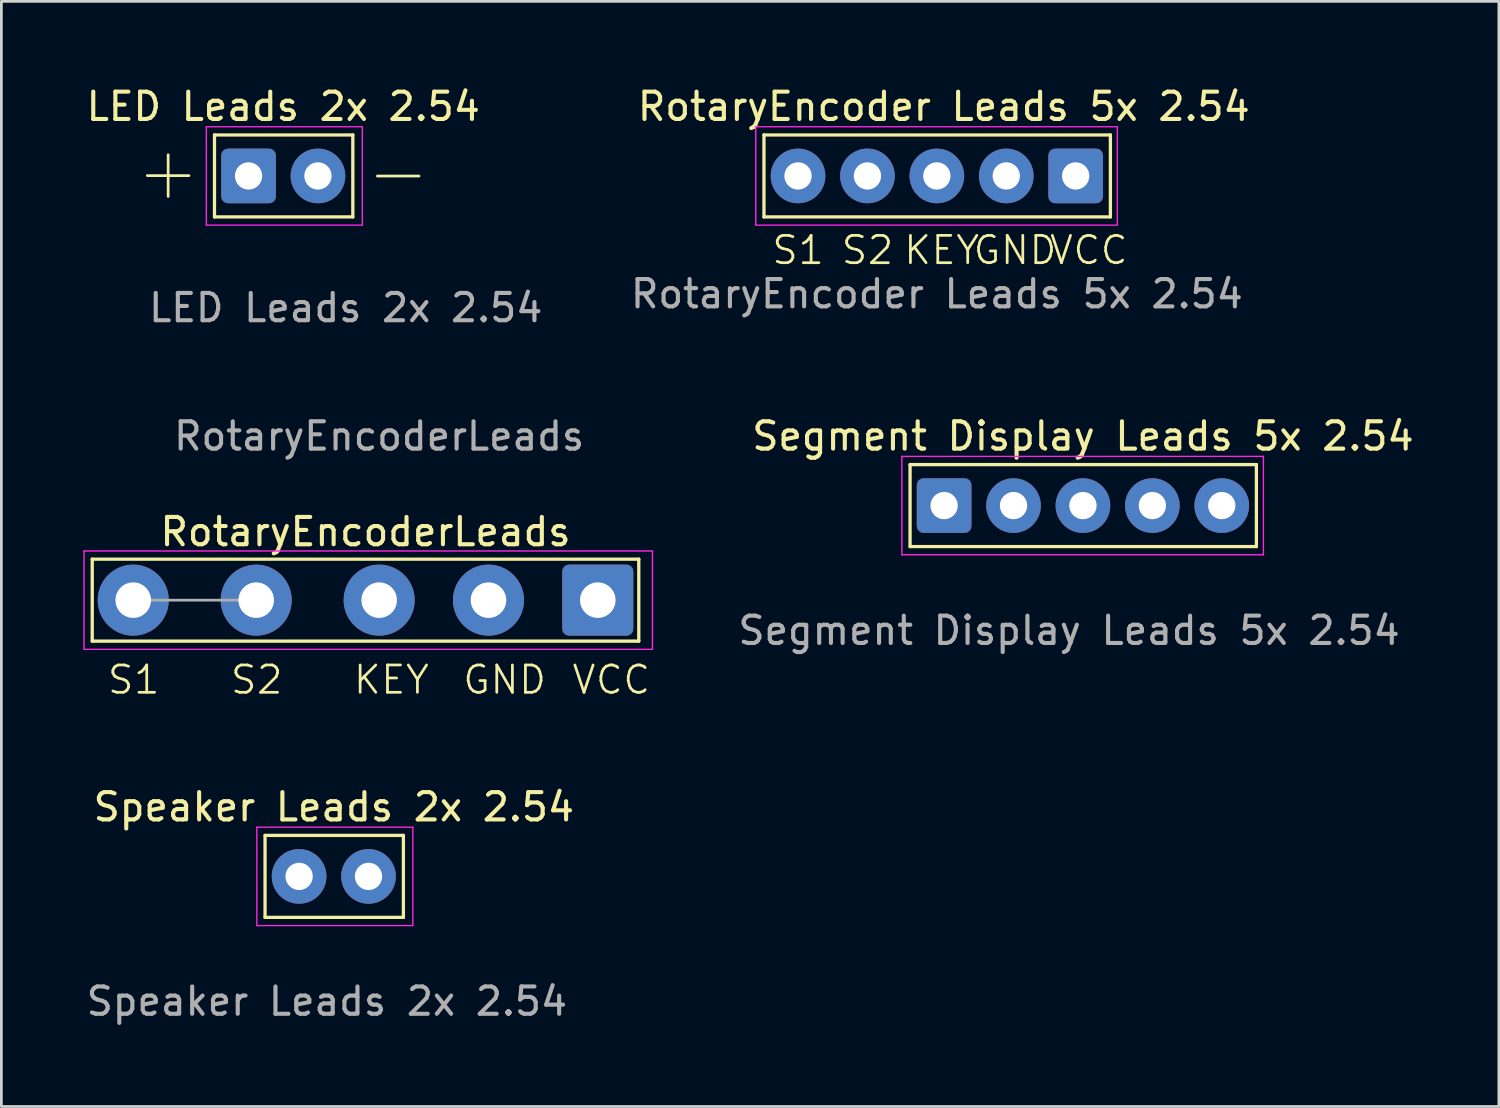
<source format=kicad_pcb>
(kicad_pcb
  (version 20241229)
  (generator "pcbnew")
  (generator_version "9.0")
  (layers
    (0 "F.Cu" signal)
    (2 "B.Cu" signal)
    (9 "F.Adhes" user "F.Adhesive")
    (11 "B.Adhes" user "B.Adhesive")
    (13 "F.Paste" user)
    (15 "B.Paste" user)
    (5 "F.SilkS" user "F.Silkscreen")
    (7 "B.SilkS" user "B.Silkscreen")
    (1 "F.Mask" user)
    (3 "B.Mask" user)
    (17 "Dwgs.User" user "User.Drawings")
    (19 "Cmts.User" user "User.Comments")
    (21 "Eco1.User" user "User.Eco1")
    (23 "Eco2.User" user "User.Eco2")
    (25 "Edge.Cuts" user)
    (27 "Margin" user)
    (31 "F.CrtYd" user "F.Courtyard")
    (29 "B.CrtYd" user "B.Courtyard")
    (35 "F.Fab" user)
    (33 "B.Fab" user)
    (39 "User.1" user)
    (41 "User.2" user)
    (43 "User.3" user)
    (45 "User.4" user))
  (footprint "RotaryEncoderLeads"
    (layer "F.Cu")
    (at 1.825 18.911)
    (property "Reference" "RotaryEncoderLeads" (at 8.5 -2.5 0) (layer "F.SilkS") (effects (font (size 1 1) (thickness 0.15))))
    (attr exclude_from_pos_files exclude_from_bom)
    (fp_line (start -1.5 -1.5) (end -1.5 1.5) (stroke (width 0.12) (type solid)) (layer "F.SilkS"))
    (fp_line (start -1.5 -1.5) (end 18.5 -1.5) (stroke (width 0.12) (type solid)) (layer "F.SilkS"))
    (fp_line (start 18.5 1.5) (end -1.5 1.5) (stroke (width 0.12) (type solid)) (layer "F.SilkS"))
    (fp_line (start 18.5 1.5) (end 18.5 -1.5) (stroke (width 0.12) (type solid)) (layer "F.SilkS"))
    (fp_line (start -1.8 -1.8) (end -1.8 1.8) (stroke (width 0.05) (type solid)) (layer "F.CrtYd"))
    (fp_line (start -1.8 -1.8) (end 19 -1.8) (stroke (width 0.05) (type solid)) (layer "F.CrtYd"))
    (fp_line (start 19 1.8) (end -1.8 1.8) (stroke (width 0.05) (type solid)) (layer "F.CrtYd"))
    (fp_line (start 19 1.8) (end 19 -1.8) (stroke (width 0.05) (type solid)) (layer "F.CrtYd"))
    (fp_line (start 5.08 0) (end 0 0) (stroke (width 0.1) (type solid)) (layer "F.Fab"))
    (fp_text user "VCC" (at 16 3.5 0) (unlocked yes) (layer "F.SilkS") (effects (font (size 1 1) (thickness 0.1)) (justify left bottom)))
    (fp_text user "GND" (at 12 3.5 0) (unlocked yes) (layer "F.SilkS") (effects (font (size 1 1) (thickness 0.1)) (justify left bottom)))
    (fp_text user "S2" (at 3.5 3.5 0) (unlocked yes) (layer "F.SilkS") (effects (font (size 1 1) (thickness 0.1)) (justify left bottom)))
    (fp_text user "S1" (at -1 3.5 0) (unlocked yes) (layer "F.SilkS") (effects (font (size 1 1) (thickness 0.1)) (justify left bottom)))
    (fp_text user "KEY" (at 8 3.5 0) (unlocked yes) (layer "F.SilkS") (effects (font (size 1 1) (thickness 0.1)) (justify left bottom)))
    (fp_text user "${REFERENCE}" (at 9 -6 0) (layer "F.Fab") (effects (font (size 1 1) (thickness 0.15))))
    (pad "1" thru_hole circle (at 0 0) (size 2.6 2.6) (drill 1.3) (layers "*.Cu" "*.Mask"))
    (pad "2" thru_hole circle (at 4.5 0) (size 2.6 2.6) (drill 1.3) (layers "*.Cu" "*.Mask"))
    (pad "3" thru_hole circle (at 9 0) (size 2.6 2.6) (drill 1.3) (layers "*.Cu" "*.Mask"))
    (pad "4" thru_hole circle (at 13 0) (size 2.6 2.6) (drill 1.3) (layers "*.Cu" "*.Mask"))
    (pad "5" thru_hole roundrect (at 17 0) (size 2.6 2.6) (drill 1.3) (layers "*.Cu" "*.Mask") (roundrect_rratio 0.096)))
  (footprint "Segment Display Leads 5x 2.54"
    (layer "F.Cu")
    (at 31.752 15.451)
    (property "Reference" "Segment Display Leads 5x 2.54" (at 4.826 -2.54 0) (layer "F.SilkS") (effects (font (size 1 1) (thickness 0.15))))
    (attr exclude_from_pos_files)
    (fp_line (start -1.5 -1.5) (end -1.5 1.5) (stroke (width 0.12) (type solid)) (layer "F.SilkS"))
    (fp_line (start -1.5 -1.5) (end 11.173 -1.5) (stroke (width 0.12) (type solid)) (layer "F.SilkS"))
    (fp_line (start 11.173 1.5) (end -1.5 1.5) (stroke (width 0.12) (type solid)) (layer "F.SilkS"))
    (fp_line (start 11.173 1.5) (end 11.173 -1.5) (stroke (width 0.12) (type solid)) (layer "F.SilkS"))
    (fp_line (start -1.8 -1.8) (end -1.8 1.8) (stroke (width 0.05) (type solid)) (layer "F.CrtYd"))
    (fp_line (start -1.8 -1.8) (end 11.43 -1.8) (stroke (width 0.05) (type solid)) (layer "F.CrtYd"))
    (fp_line (start 11.43 1.8) (end -1.8 1.8) (stroke (width 0.05) (type solid)) (layer "F.CrtYd"))
    (fp_line (start 11.43 1.8) (end 11.43 -1.8) (stroke (width 0.05) (type solid)) (layer "F.CrtYd"))
    (fp_text user "${REFERENCE}" (at 4.318 4.572 0) (layer "F.Fab") (effects (font (size 1 1) (thickness 0.15))))
    (pad "1" thru_hole roundrect (at -0.254 0) (size 2 2) (drill 1) (layers "*.Cu" "*.Mask") (roundrect_rratio 0.125))
    (pad "2" thru_hole circle (at 2.286 0) (size 2 2) (drill 1) (layers "*.Cu" "*.Mask"))
    (pad "3" thru_hole circle (at 4.826 0) (size 2 2) (drill 1) (layers "*.Cu" "*.Mask"))
    (pad "4" thru_hole circle (at 7.366 0) (size 2 2) (drill 1) (layers "*.Cu" "*.Mask"))
    (pad "5" thru_hole circle (at 9.906 0) (size 2 2) (drill 1) (layers "*.Cu" "*.Mask")))
  (footprint "LED Leads 2x 2.54"
    (layer "F.Cu")
    (at 6.299 3.388)
    (property "Reference" "LED Leads 2x 2.54" (at 1.016 -2.54 0) (layer "F.SilkS") (effects (font (size 1 1) (thickness 0.15))))
    (attr exclude_from_pos_files)
    (fp_line (start -1.5 -1.5) (end -1.5 1.5) (stroke (width 0.12) (type solid)) (layer "F.SilkS"))
    (fp_line (start -1.5 -1.5) (end 3.562 -1.5) (stroke (width 0.12) (type solid)) (layer "F.SilkS"))
    (fp_line (start 3.562 1.5) (end -1.5 1.5) (stroke (width 0.12) (type solid)) (layer "F.SilkS"))
    (fp_line (start 3.562 1.5) (end 3.562 -1.5) (stroke (width 0.12) (type solid)) (layer "F.SilkS"))
    (fp_line (start -1.8 -1.8) (end -1.8 1.8) (stroke (width 0.05) (type solid)) (layer "F.CrtYd"))
    (fp_line (start -1.8 -1.8) (end 3.908 -1.8) (stroke (width 0.05) (type solid)) (layer "F.CrtYd"))
    (fp_line (start 3.908 1.8) (end -1.8 1.8) (stroke (width 0.05) (type solid)) (layer "F.CrtYd"))
    (fp_line (start 3.908 1.8) (end 3.908 -1.8) (stroke (width 0.05) (type solid)) (layer "F.CrtYd"))
    (fp_text user "-" (at 3.918 1.016 0) (unlocked yes) (layer "F.SilkS") (effects (font (size 2 2) (thickness 0.1)) (justify left bottom)))
    (fp_text user "+" (at -4.5 1 0) (unlocked yes) (layer "F.SilkS") (effects (font (size 2 2) (thickness 0.1)) (justify left bottom)))
    (fp_text user "${REFERENCE}" (at 3.302 4.826 0) (layer "F.Fab") (effects (font (size 1 1) (thickness 0.15))))
    (pad "1" thru_hole roundrect (at -0.254 0) (size 2 2) (drill 1) (layers "*.Cu" "*.Mask") (roundrect_rratio 0.125))
    (pad "2" thru_hole circle (at 2.286 0) (size 2 2) (drill 1) (layers "*.Cu" "*.Mask")))
  (footprint "RotaryEncoder Leads 5x 2.54"
    (layer "F.Cu")
    (at 26.406 3.388)
    (property "Reference" "RotaryEncoder Leads 5x 2.54" (at 5.08 -2.54 0) (layer "F.SilkS") (effects (font (size 1 1) (thickness 0.15))))
    (attr exclude_from_pos_files exclude_from_bom)
    (fp_line (start -1.5 -1.5) (end -1.5 1.5) (stroke (width 0.12) (type solid)) (layer "F.SilkS"))
    (fp_line (start -1.5 -1.5) (end 11.176 -1.5) (stroke (width 0.12) (type solid)) (layer "F.SilkS"))
    (fp_line (start 11.176 1.5) (end -1.5 1.5) (stroke (width 0.12) (type solid)) (layer "F.SilkS"))
    (fp_line (start 11.176 1.5) (end 11.176 -1.5) (stroke (width 0.12) (type solid)) (layer "F.SilkS"))
    (fp_line (start -1.8 -1.8) (end -1.8 1.8) (stroke (width 0.05) (type solid)) (layer "F.CrtYd"))
    (fp_line (start -1.8 -1.8) (end 11.43 -1.8) (stroke (width 0.05) (type solid)) (layer "F.CrtYd"))
    (fp_line (start 11.43 1.8) (end -1.8 1.8) (stroke (width 0.05) (type solid)) (layer "F.CrtYd"))
    (fp_line (start 11.43 1.8) (end 11.43 -1.8) (stroke (width 0.05) (type solid)) (layer "F.CrtYd"))
    (fp_text user "VCC" (at 8.89 3.302 0) (unlocked yes) (layer "F.SilkS") (effects (font (size 1 1) (thickness 0.1)) (justify left bottom)))
    (fp_text user "KEY" (at 3.556 3.302 0) (unlocked yes) (layer "F.SilkS") (effects (font (size 1 1) (thickness 0.1)) (justify left bottom)))
    (fp_text user "S1" (at -1.27 3.302 0) (unlocked yes) (layer "F.SilkS") (effects (font (size 1 1) (thickness 0.1)) (justify left bottom)))
    (fp_text user "S2" (at 1.27 3.302 0) (unlocked yes) (layer "F.SilkS") (effects (font (size 1 1) (thickness 0.1)) (justify left bottom)))
    (fp_text user "GND" (at 6.096 3.302 0) (unlocked yes) (layer "F.SilkS") (effects (font (size 1 1) (thickness 0.1)) (justify left bottom)))
    (fp_text user "${REFERENCE}" (at 4.826 4.318 0) (layer "F.Fab") (effects (font (size 1 1) (thickness 0.15))))
    (pad "1" thru_hole circle (at -0.254 0) (size 2 2) (drill 1) (layers "*.Cu" "*.Mask"))
    (pad "2" thru_hole circle (at 2.286 0) (size 2 2) (drill 1) (layers "*.Cu" "*.Mask"))
    (pad "3" thru_hole circle (at 4.826 0) (size 2 2) (drill 1) (layers "*.Cu" "*.Mask"))
    (pad "4" thru_hole circle (at 7.366 0) (size 2 2) (drill 1) (layers "*.Cu" "*.Mask"))
    (pad "5" thru_hole roundrect (at 9.906 0) (size 2 2) (drill 1) (layers "*.Cu" "*.Mask") (roundrect_rratio 0.125)))
  (footprint "Speaker Leads 2x 2.54"
    (layer "F.Cu")
    (at 8.149 29.02)
    (property "Reference" "Speaker Leads 2x 2.54" (at 1.016 -2.54 0) (layer "F.SilkS") (effects (font (size 1 1) (thickness 0.15))))
    (attr exclude_from_pos_files)
    (fp_line (start -1.5 -1.5) (end -1.5 1.5) (stroke (width 0.12) (type solid)) (layer "F.SilkS"))
    (fp_line (start -1.5 -1.5) (end 3.562 -1.5) (stroke (width 0.12) (type solid)) (layer "F.SilkS"))
    (fp_line (start 3.562 1.5) (end -1.5 1.5) (stroke (width 0.12) (type solid)) (layer "F.SilkS"))
    (fp_line (start 3.562 1.5) (end 3.562 -1.5) (stroke (width 0.12) (type solid)) (layer "F.SilkS"))
    (fp_line (start -1.8 -1.8) (end -1.8 1.8) (stroke (width 0.05) (type solid)) (layer "F.CrtYd"))
    (fp_line (start -1.8 -1.8) (end 3.908 -1.8) (stroke (width 0.05) (type solid)) (layer "F.CrtYd"))
    (fp_line (start 3.908 1.8) (end -1.8 1.8) (stroke (width 0.05) (type solid)) (layer "F.CrtYd"))
    (fp_line (start 3.908 1.8) (end 3.908 -1.8) (stroke (width 0.05) (type solid)) (layer "F.CrtYd"))
    (fp_text user "${REFERENCE}" (at 0.762 4.572 0) (layer "F.Fab") (effects (font (size 1 1) (thickness 0.15))))
    (pad "1" thru_hole circle (at -0.254 0) (size 2 2) (drill 1) (layers "*.Cu" "*.Mask"))
    (pad "2" thru_hole circle (at 2.286 0) (size 2 2) (drill 1) (layers "*.Cu" "*.Mask")))
  (gr_rect
    (start -3 -3)
    (end 51.798 37.44)
    (stroke (width 0.1) (type default))
    (fill no)
    (layer "Edge.Cuts")))
</source>
